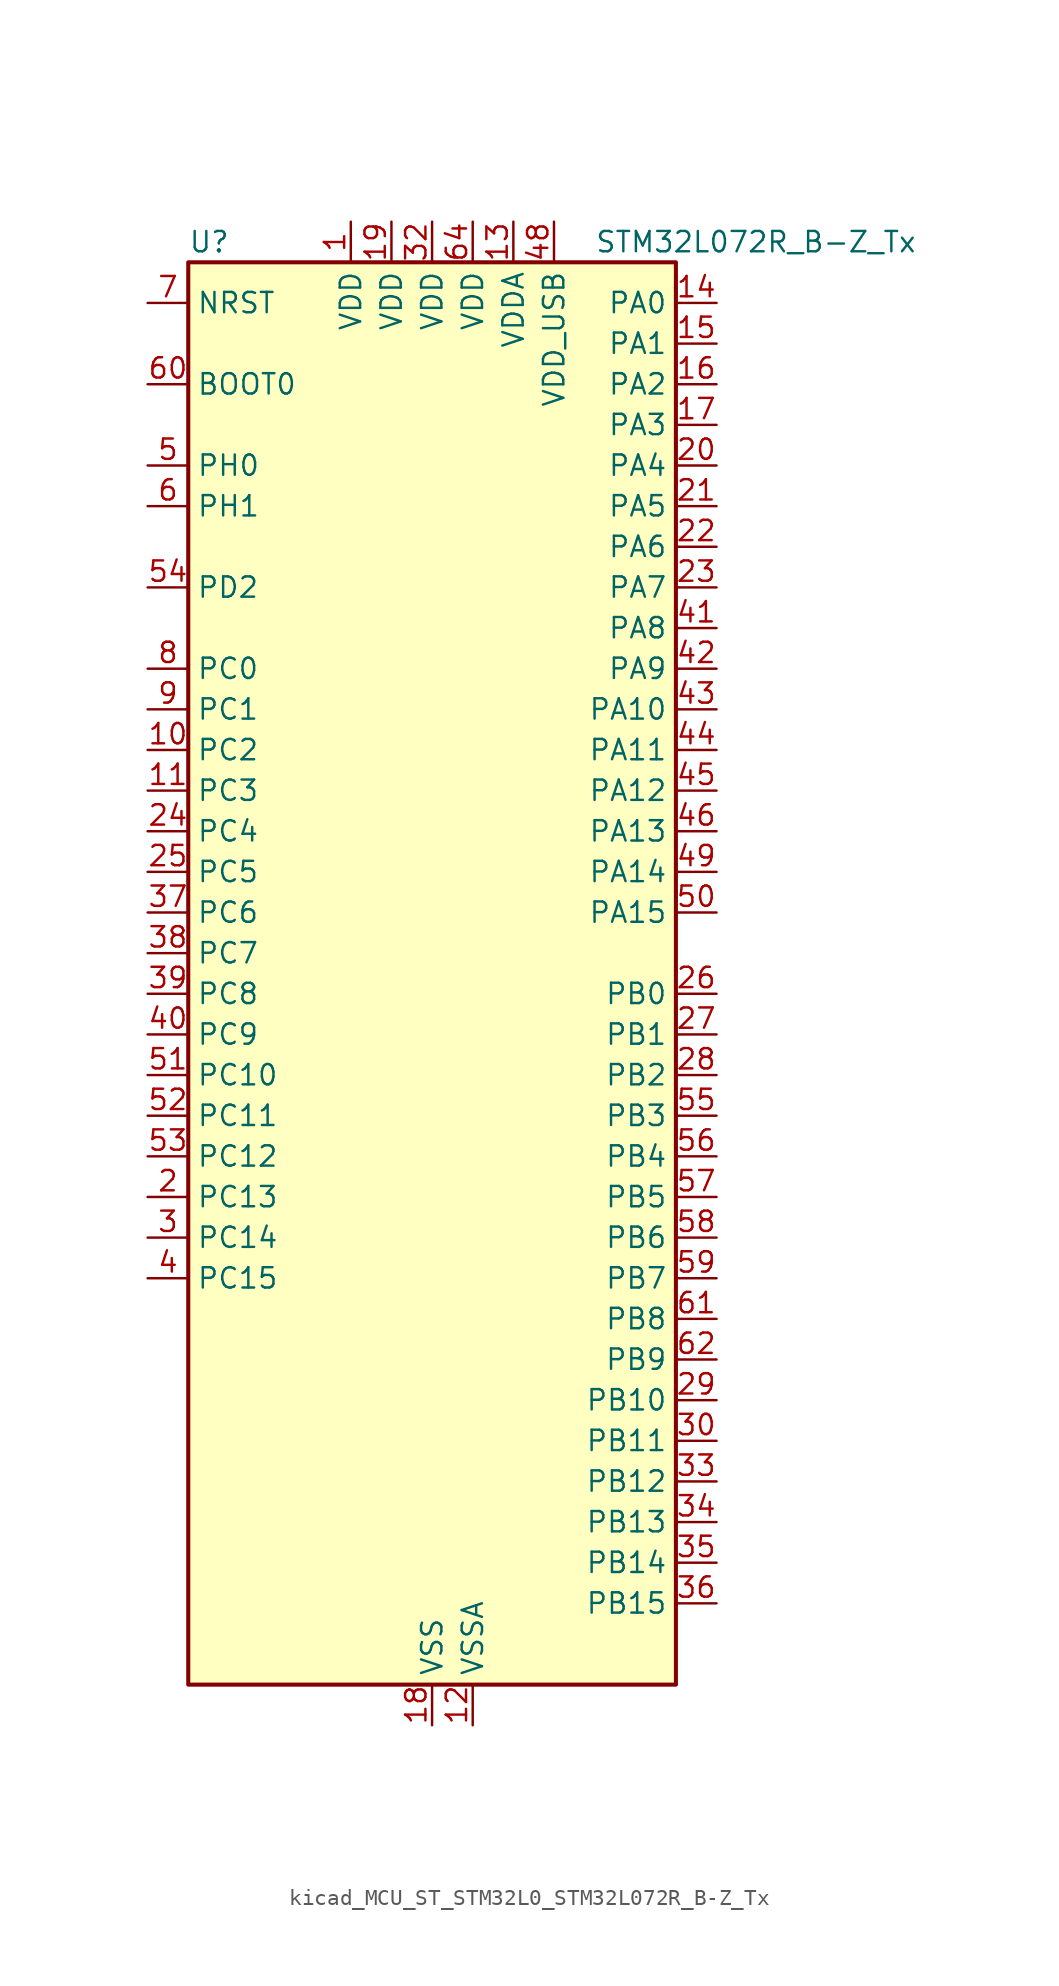
<source format=kicad_sym>
(kicad_symbol_lib
  (version 20220914)
  (generator kicad_symbol_editor)
  (symbol "kicad_MCU_ST_STM32L0_STM32L072R_B-Z_Tx"
    (property "Reference" "U"
      (at -15.24 46.99 0)
      (effects (font (size 1.27 1.27)) (justify left)))
    (property "Value" "STM32L072R_B-Z_Tx"
      (at 10.16 46.99 0)
      (effects (font (size 1.27 1.27)) (justify left)))
    (property "ki_locked" ""
      (at 0 0 0)
      (effects (font (size 1.27 1.27))))
    (symbol "kicad_MCU_ST_STM32L0_STM32L072R_B-Z_Tx_0_1"
      (rectangle (start -15.24 -43.18) (end 15.24 45.72) (stroke (width 0.254) (type default)) (fill (type background))))
    (symbol "kicad_MCU_ST_STM32L0_STM32L072R_B-Z_Tx_1_1"
      (pin power_in line (at -5.08 48.26 270) (length 2.54) (name "VDD" (effects (font (size 1.27 1.27)))) (number "1" (effects (font (size 1.27 1.27)))))
      (pin bidirectional line (at -17.78 15.24 0) (length 2.54) (name "PC2" (effects (font (size 1.27 1.27)))) (number "10" (effects (font (size 1.27 1.27)))) (alternate "ADC_IN12" bidirectional line) (alternate "I2S2_MCK" bidirectional line) (alternate "LPTIM1_IN2" bidirectional line) (alternate "SPI2_MISO" bidirectional line) (alternate "TSC_G7_IO3" bidirectional line))
      (pin bidirectional line (at -17.78 12.7 0) (length 2.54) (name "PC3" (effects (font (size 1.27 1.27)))) (number "11" (effects (font (size 1.27 1.27)))) (alternate "ADC_IN13" bidirectional line) (alternate "I2S2_SD" bidirectional line) (alternate "LPTIM1_ETR" bidirectional line) (alternate "SPI2_MOSI" bidirectional line) (alternate "TSC_G7_IO4" bidirectional line))
      (pin power_in line (at 2.54 -45.72 90) (length 2.54) (name "VSSA" (effects (font (size 1.27 1.27)))) (number "12" (effects (font (size 1.27 1.27)))))
      (pin power_in line (at 5.08 48.26 270) (length 2.54) (name "VDDA" (effects (font (size 1.27 1.27)))) (number "13" (effects (font (size 1.27 1.27)))))
      (pin bidirectional line (at 17.78 43.18 180) (length 2.54) (name "PA0" (effects (font (size 1.27 1.27)))) (number "14" (effects (font (size 1.27 1.27)))) (alternate "ADC_IN0" bidirectional line) (alternate "COMP1_INM" bidirectional line) (alternate "COMP1_OUT" bidirectional line) (alternate "RTC_TAMP2" bidirectional line) (alternate "SYS_WKUP1" bidirectional line) (alternate "TIM2_CH1" bidirectional line) (alternate "TIM2_ETR" bidirectional line) (alternate "TSC_G1_IO1" bidirectional line) (alternate "USART2_CTS" bidirectional line) (alternate "USART4_TX" bidirectional line))
      (pin bidirectional line (at 17.78 40.64 180) (length 2.54) (name "PA1" (effects (font (size 1.27 1.27)))) (number "15" (effects (font (size 1.27 1.27)))) (alternate "ADC_IN1" bidirectional line) (alternate "COMP1_INP" bidirectional line) (alternate "TIM21_ETR" bidirectional line) (alternate "TIM2_CH2" bidirectional line) (alternate "TSC_G1_IO2" bidirectional line) (alternate "USART2_DE" bidirectional line) (alternate "USART2_RTS" bidirectional line) (alternate "USART4_RX" bidirectional line))
      (pin bidirectional line (at 17.78 38.1 180) (length 2.54) (name "PA2" (effects (font (size 1.27 1.27)))) (number "16" (effects (font (size 1.27 1.27)))) (alternate "ADC_IN2" bidirectional line) (alternate "COMP2_INM" bidirectional line) (alternate "COMP2_OUT" bidirectional line) (alternate "LPUART1_TX" bidirectional line) (alternate "TIM21_CH1" bidirectional line) (alternate "TIM2_CH3" bidirectional line) (alternate "TSC_G1_IO3" bidirectional line) (alternate "USART2_TX" bidirectional line))
      (pin bidirectional line (at 17.78 35.56 180) (length 2.54) (name "PA3" (effects (font (size 1.27 1.27)))) (number "17" (effects (font (size 1.27 1.27)))) (alternate "ADC_IN3" bidirectional line) (alternate "COMP2_INP" bidirectional line) (alternate "LPUART1_RX" bidirectional line) (alternate "TIM21_CH2" bidirectional line) (alternate "TIM2_CH4" bidirectional line) (alternate "TSC_G1_IO4" bidirectional line) (alternate "USART2_RX" bidirectional line))
      (pin power_in line (at 0 -45.72 90) (length 2.54) (name "VSS" (effects (font (size 1.27 1.27)))) (number "18" (effects (font (size 1.27 1.27)))))
      (pin power_in line (at -2.54 48.26 270) (length 2.54) (name "VDD" (effects (font (size 1.27 1.27)))) (number "19" (effects (font (size 1.27 1.27)))))
      (pin bidirectional line (at -17.78 -12.7 0) (length 2.54) (name "PC13" (effects (font (size 1.27 1.27)))) (number "2" (effects (font (size 1.27 1.27)))) (alternate "RTC_OUT_ALARM" bidirectional line) (alternate "RTC_OUT_CALIB" bidirectional line) (alternate "RTC_TAMP1" bidirectional line) (alternate "RTC_TS" bidirectional line) (alternate "SYS_WKUP2" bidirectional line))
      (pin bidirectional line (at 17.78 33.02 180) (length 2.54) (name "PA4" (effects (font (size 1.27 1.27)))) (number "20" (effects (font (size 1.27 1.27)))) (alternate "ADC_IN4" bidirectional line) (alternate "COMP1_INM" bidirectional line) (alternate "COMP2_INM" bidirectional line) (alternate "DAC_OUT1" bidirectional line) (alternate "SPI1_NSS" bidirectional line) (alternate "TIM22_ETR" bidirectional line) (alternate "TSC_G2_IO1" bidirectional line) (alternate "USART2_CK" bidirectional line))
      (pin bidirectional line (at 17.78 30.48 180) (length 2.54) (name "PA5" (effects (font (size 1.27 1.27)))) (number "21" (effects (font (size 1.27 1.27)))) (alternate "ADC_IN5" bidirectional line) (alternate "COMP1_INM" bidirectional line) (alternate "COMP2_INM" bidirectional line) (alternate "DAC_OUT2" bidirectional line) (alternate "SPI1_SCK" bidirectional line) (alternate "TIM2_CH1" bidirectional line) (alternate "TIM2_ETR" bidirectional line) (alternate "TSC_G2_IO2" bidirectional line))
      (pin bidirectional line (at 17.78 27.94 180) (length 2.54) (name "PA6" (effects (font (size 1.27 1.27)))) (number "22" (effects (font (size 1.27 1.27)))) (alternate "ADC_IN6" bidirectional line) (alternate "COMP1_OUT" bidirectional line) (alternate "LPUART1_CTS" bidirectional line) (alternate "SPI1_MISO" bidirectional line) (alternate "TIM22_CH1" bidirectional line) (alternate "TIM3_CH1" bidirectional line) (alternate "TSC_G2_IO3" bidirectional line))
      (pin bidirectional line (at 17.78 25.4 180) (length 2.54) (name "PA7" (effects (font (size 1.27 1.27)))) (number "23" (effects (font (size 1.27 1.27)))) (alternate "ADC_IN7" bidirectional line) (alternate "COMP2_OUT" bidirectional line) (alternate "SPI1_MOSI" bidirectional line) (alternate "TIM22_CH2" bidirectional line) (alternate "TIM3_CH2" bidirectional line) (alternate "TSC_G2_IO4" bidirectional line))
      (pin bidirectional line (at -17.78 10.16 0) (length 2.54) (name "PC4" (effects (font (size 1.27 1.27)))) (number "24" (effects (font (size 1.27 1.27)))) (alternate "ADC_IN14" bidirectional line) (alternate "LPUART1_TX" bidirectional line))
      (pin bidirectional line (at -17.78 7.62 0) (length 2.54) (name "PC5" (effects (font (size 1.27 1.27)))) (number "25" (effects (font (size 1.27 1.27)))) (alternate "ADC_IN15" bidirectional line) (alternate "LPUART1_RX" bidirectional line) (alternate "TSC_G3_IO1" bidirectional line))
      (pin bidirectional line (at 17.78 0 180) (length 2.54) (name "PB0" (effects (font (size 1.27 1.27)))) (number "26" (effects (font (size 1.27 1.27)))) (alternate "ADC_IN8" bidirectional line) (alternate "SYS_VREF_OUT_PB0" bidirectional line) (alternate "TIM3_CH3" bidirectional line) (alternate "TSC_G3_IO2" bidirectional line))
      (pin bidirectional line (at 17.78 -2.54 180) (length 2.54) (name "PB1" (effects (font (size 1.27 1.27)))) (number "27" (effects (font (size 1.27 1.27)))) (alternate "ADC_IN9" bidirectional line) (alternate "LPUART1_DE" bidirectional line) (alternate "LPUART1_RTS" bidirectional line) (alternate "SYS_VREF_OUT_PB1" bidirectional line) (alternate "TIM3_CH4" bidirectional line) (alternate "TSC_G3_IO3" bidirectional line))
      (pin bidirectional line (at 17.78 -5.08 180) (length 2.54) (name "PB2" (effects (font (size 1.27 1.27)))) (number "28" (effects (font (size 1.27 1.27)))) (alternate "I2C3_SMBA" bidirectional line) (alternate "LPTIM1_OUT" bidirectional line) (alternate "TSC_G3_IO4" bidirectional line))
      (pin bidirectional line (at 17.78 -25.4 180) (length 2.54) (name "PB10" (effects (font (size 1.27 1.27)))) (number "29" (effects (font (size 1.27 1.27)))) (alternate "I2C2_SCL" bidirectional line) (alternate "LPUART1_RX" bidirectional line) (alternate "LPUART1_TX" bidirectional line) (alternate "SPI2_SCK" bidirectional line) (alternate "TIM2_CH3" bidirectional line) (alternate "TSC_SYNC" bidirectional line))
      (pin bidirectional line (at -17.78 -15.24 0) (length 2.54) (name "PC14" (effects (font (size 1.27 1.27)))) (number "3" (effects (font (size 1.27 1.27)))) (alternate "RCC_OSC32_IN" bidirectional line))
      (pin bidirectional line (at 17.78 -27.94 180) (length 2.54) (name "PB11" (effects (font (size 1.27 1.27)))) (number "30" (effects (font (size 1.27 1.27)))) (alternate "ADC_EXTI11" bidirectional line) (alternate "I2C2_SDA" bidirectional line) (alternate "LPUART1_RX" bidirectional line) (alternate "LPUART1_TX" bidirectional line) (alternate "TIM2_CH4" bidirectional line) (alternate "TSC_G6_IO1" bidirectional line))
      (pin passive line (at 0 -45.72 90) (length 2.54) hide (name "VSS" (effects (font (size 1.27 1.27)))) (number "31" (effects (font (size 1.27 1.27)))))
      (pin power_in line (at 0 48.26 270) (length 2.54) (name "VDD" (effects (font (size 1.27 1.27)))) (number "32" (effects (font (size 1.27 1.27)))))
      (pin bidirectional line (at 17.78 -30.48 180) (length 2.54) (name "PB12" (effects (font (size 1.27 1.27)))) (number "33" (effects (font (size 1.27 1.27)))) (alternate "I2S2_WS" bidirectional line) (alternate "LPUART1_DE" bidirectional line) (alternate "LPUART1_RTS" bidirectional line) (alternate "SPI2_NSS" bidirectional line) (alternate "TSC_G6_IO2" bidirectional line))
      (pin bidirectional line (at 17.78 -33.02 180) (length 2.54) (name "PB13" (effects (font (size 1.27 1.27)))) (number "34" (effects (font (size 1.27 1.27)))) (alternate "I2C2_SCL" bidirectional line) (alternate "I2S2_CK" bidirectional line) (alternate "LPUART1_CTS" bidirectional line) (alternate "RCC_MCO" bidirectional line) (alternate "SPI2_SCK" bidirectional line) (alternate "TIM21_CH1" bidirectional line) (alternate "TSC_G6_IO3" bidirectional line))
      (pin bidirectional line (at 17.78 -35.56 180) (length 2.54) (name "PB14" (effects (font (size 1.27 1.27)))) (number "35" (effects (font (size 1.27 1.27)))) (alternate "I2C2_SDA" bidirectional line) (alternate "I2S2_MCK" bidirectional line) (alternate "LPUART1_DE" bidirectional line) (alternate "LPUART1_RTS" bidirectional line) (alternate "RTC_OUT_ALARM" bidirectional line) (alternate "RTC_OUT_CALIB" bidirectional line) (alternate "SPI2_MISO" bidirectional line) (alternate "TIM21_CH2" bidirectional line) (alternate "TSC_G6_IO4" bidirectional line))
      (pin bidirectional line (at 17.78 -38.1 180) (length 2.54) (name "PB15" (effects (font (size 1.27 1.27)))) (number "36" (effects (font (size 1.27 1.27)))) (alternate "I2S2_SD" bidirectional line) (alternate "RTC_REFIN" bidirectional line) (alternate "SPI2_MOSI" bidirectional line))
      (pin bidirectional line (at -17.78 5.08 0) (length 2.54) (name "PC6" (effects (font (size 1.27 1.27)))) (number "37" (effects (font (size 1.27 1.27)))) (alternate "TIM22_CH1" bidirectional line) (alternate "TIM3_CH1" bidirectional line) (alternate "TSC_G8_IO1" bidirectional line))
      (pin bidirectional line (at -17.78 2.54 0) (length 2.54) (name "PC7" (effects (font (size 1.27 1.27)))) (number "38" (effects (font (size 1.27 1.27)))) (alternate "TIM22_CH2" bidirectional line) (alternate "TIM3_CH2" bidirectional line) (alternate "TSC_G8_IO2" bidirectional line))
      (pin bidirectional line (at -17.78 0 0) (length 2.54) (name "PC8" (effects (font (size 1.27 1.27)))) (number "39" (effects (font (size 1.27 1.27)))) (alternate "TIM22_ETR" bidirectional line) (alternate "TIM3_CH3" bidirectional line) (alternate "TSC_G8_IO3" bidirectional line))
      (pin bidirectional line (at -17.78 -17.78 0) (length 2.54) (name "PC15" (effects (font (size 1.27 1.27)))) (number "4" (effects (font (size 1.27 1.27)))) (alternate "RCC_OSC32_OUT" bidirectional line))
      (pin bidirectional line (at -17.78 -2.54 0) (length 2.54) (name "PC9" (effects (font (size 1.27 1.27)))) (number "40" (effects (font (size 1.27 1.27)))) (alternate "DAC_EXTI9" bidirectional line) (alternate "I2C3_SDA" bidirectional line) (alternate "TIM21_ETR" bidirectional line) (alternate "TIM3_CH4" bidirectional line) (alternate "TSC_G8_IO4" bidirectional line) (alternate "USB_NOE" bidirectional line))
      (pin bidirectional line (at 17.78 22.86 180) (length 2.54) (name "PA8" (effects (font (size 1.27 1.27)))) (number "41" (effects (font (size 1.27 1.27)))) (alternate "CRS_SYNC" bidirectional line) (alternate "I2C3_SCL" bidirectional line) (alternate "RCC_MCO" bidirectional line) (alternate "USART1_CK" bidirectional line))
      (pin bidirectional line (at 17.78 20.32 180) (length 2.54) (name "PA9" (effects (font (size 1.27 1.27)))) (number "42" (effects (font (size 1.27 1.27)))) (alternate "DAC_EXTI9" bidirectional line) (alternate "I2C1_SCL" bidirectional line) (alternate "I2C3_SMBA" bidirectional line) (alternate "RCC_MCO" bidirectional line) (alternate "TSC_G4_IO1" bidirectional line) (alternate "USART1_TX" bidirectional line))
      (pin bidirectional line (at 17.78 17.78 180) (length 2.54) (name "PA10" (effects (font (size 1.27 1.27)))) (number "43" (effects (font (size 1.27 1.27)))) (alternate "I2C1_SDA" bidirectional line) (alternate "TSC_G4_IO2" bidirectional line) (alternate "USART1_RX" bidirectional line))
      (pin bidirectional line (at 17.78 15.24 180) (length 2.54) (name "PA11" (effects (font (size 1.27 1.27)))) (number "44" (effects (font (size 1.27 1.27)))) (alternate "ADC_EXTI11" bidirectional line) (alternate "COMP1_OUT" bidirectional line) (alternate "SPI1_MISO" bidirectional line) (alternate "TSC_G4_IO3" bidirectional line) (alternate "USART1_CTS" bidirectional line) (alternate "USB_DM" bidirectional line))
      (pin bidirectional line (at 17.78 12.7 180) (length 2.54) (name "PA12" (effects (font (size 1.27 1.27)))) (number "45" (effects (font (size 1.27 1.27)))) (alternate "COMP2_OUT" bidirectional line) (alternate "SPI1_MOSI" bidirectional line) (alternate "TSC_G4_IO4" bidirectional line) (alternate "USART1_DE" bidirectional line) (alternate "USART1_RTS" bidirectional line) (alternate "USB_DP" bidirectional line))
      (pin bidirectional line (at 17.78 10.16 180) (length 2.54) (name "PA13" (effects (font (size 1.27 1.27)))) (number "46" (effects (font (size 1.27 1.27)))) (alternate "LPUART1_RX" bidirectional line) (alternate "SYS_SWDIO" bidirectional line) (alternate "USB_NOE" bidirectional line))
      (pin passive line (at 0 -45.72 90) (length 2.54) hide (name "VSS" (effects (font (size 1.27 1.27)))) (number "47" (effects (font (size 1.27 1.27)))))
      (pin power_in line (at 7.62 48.26 270) (length 2.54) (name "VDD_USB" (effects (font (size 1.27 1.27)))) (number "48" (effects (font (size 1.27 1.27)))))
      (pin bidirectional line (at 17.78 7.62 180) (length 2.54) (name "PA14" (effects (font (size 1.27 1.27)))) (number "49" (effects (font (size 1.27 1.27)))) (alternate "LPUART1_TX" bidirectional line) (alternate "SYS_SWCLK" bidirectional line) (alternate "USART2_TX" bidirectional line))
      (pin bidirectional line (at -17.78 33.02 0) (length 2.54) (name "PH0" (effects (font (size 1.27 1.27)))) (number "5" (effects (font (size 1.27 1.27)))) (alternate "CRS_SYNC" bidirectional line) (alternate "RCC_OSC_IN" bidirectional line))
      (pin bidirectional line (at 17.78 5.08 180) (length 2.54) (name "PA15" (effects (font (size 1.27 1.27)))) (number "50" (effects (font (size 1.27 1.27)))) (alternate "SPI1_NSS" bidirectional line) (alternate "TIM2_CH1" bidirectional line) (alternate "TIM2_ETR" bidirectional line) (alternate "USART2_RX" bidirectional line) (alternate "USART4_DE" bidirectional line) (alternate "USART4_RTS" bidirectional line))
      (pin bidirectional line (at -17.78 -5.08 0) (length 2.54) (name "PC10" (effects (font (size 1.27 1.27)))) (number "51" (effects (font (size 1.27 1.27)))) (alternate "LPUART1_TX" bidirectional line) (alternate "USART4_TX" bidirectional line))
      (pin bidirectional line (at -17.78 -7.62 0) (length 2.54) (name "PC11" (effects (font (size 1.27 1.27)))) (number "52" (effects (font (size 1.27 1.27)))) (alternate "ADC_EXTI11" bidirectional line) (alternate "LPUART1_RX" bidirectional line) (alternate "USART4_RX" bidirectional line))
      (pin bidirectional line (at -17.78 -10.16 0) (length 2.54) (name "PC12" (effects (font (size 1.27 1.27)))) (number "53" (effects (font (size 1.27 1.27)))) (alternate "USART4_CK" bidirectional line) (alternate "USART5_TX" bidirectional line))
      (pin bidirectional line (at -17.78 25.4 0) (length 2.54) (name "PD2" (effects (font (size 1.27 1.27)))) (number "54" (effects (font (size 1.27 1.27)))) (alternate "LPUART1_DE" bidirectional line) (alternate "LPUART1_RTS" bidirectional line) (alternate "TIM3_ETR" bidirectional line) (alternate "USART5_RX" bidirectional line))
      (pin bidirectional line (at 17.78 -7.62 180) (length 2.54) (name "PB3" (effects (font (size 1.27 1.27)))) (number "55" (effects (font (size 1.27 1.27)))) (alternate "COMP2_INM" bidirectional line) (alternate "SPI1_SCK" bidirectional line) (alternate "TIM2_CH2" bidirectional line) (alternate "TSC_G5_IO1" bidirectional line) (alternate "USART1_DE" bidirectional line) (alternate "USART1_RTS" bidirectional line) (alternate "USART5_TX" bidirectional line))
      (pin bidirectional line (at 17.78 -10.16 180) (length 2.54) (name "PB4" (effects (font (size 1.27 1.27)))) (number "56" (effects (font (size 1.27 1.27)))) (alternate "COMP2_INP" bidirectional line) (alternate "I2C3_SDA" bidirectional line) (alternate "SPI1_MISO" bidirectional line) (alternate "TIM22_CH1" bidirectional line) (alternate "TIM3_CH1" bidirectional line) (alternate "TSC_G5_IO2" bidirectional line) (alternate "USART1_CTS" bidirectional line) (alternate "USART5_RX" bidirectional line))
      (pin bidirectional line (at 17.78 -12.7 180) (length 2.54) (name "PB5" (effects (font (size 1.27 1.27)))) (number "57" (effects (font (size 1.27 1.27)))) (alternate "COMP2_INP" bidirectional line) (alternate "I2C1_SMBA" bidirectional line) (alternate "LPTIM1_IN1" bidirectional line) (alternate "SPI1_MOSI" bidirectional line) (alternate "TIM22_CH2" bidirectional line) (alternate "TIM3_CH2" bidirectional line) (alternate "USART1_CK" bidirectional line) (alternate "USART5_CK" bidirectional line) (alternate "USART5_DE" bidirectional line) (alternate "USART5_RTS" bidirectional line))
      (pin bidirectional line (at 17.78 -15.24 180) (length 2.54) (name "PB6" (effects (font (size 1.27 1.27)))) (number "58" (effects (font (size 1.27 1.27)))) (alternate "COMP2_INP" bidirectional line) (alternate "I2C1_SCL" bidirectional line) (alternate "LPTIM1_ETR" bidirectional line) (alternate "TSC_G5_IO3" bidirectional line) (alternate "USART1_TX" bidirectional line))
      (pin bidirectional line (at 17.78 -17.78 180) (length 2.54) (name "PB7" (effects (font (size 1.27 1.27)))) (number "59" (effects (font (size 1.27 1.27)))) (alternate "COMP2_INP" bidirectional line) (alternate "I2C1_SDA" bidirectional line) (alternate "LPTIM1_IN2" bidirectional line) (alternate "SYS_PVD_IN" bidirectional line) (alternate "TSC_G5_IO4" bidirectional line) (alternate "USART1_RX" bidirectional line) (alternate "USART4_CTS" bidirectional line))
      (pin bidirectional line (at -17.78 30.48 0) (length 2.54) (name "PH1" (effects (font (size 1.27 1.27)))) (number "6" (effects (font (size 1.27 1.27)))) (alternate "RCC_OSC_OUT" bidirectional line))
      (pin input line (at -17.78 38.1 0) (length 2.54) (name "BOOT0" (effects (font (size 1.27 1.27)))) (number "60" (effects (font (size 1.27 1.27)))))
      (pin bidirectional line (at 17.78 -20.32 180) (length 2.54) (name "PB8" (effects (font (size 1.27 1.27)))) (number "61" (effects (font (size 1.27 1.27)))) (alternate "I2C1_SCL" bidirectional line) (alternate "TSC_SYNC" bidirectional line))
      (pin bidirectional line (at 17.78 -22.86 180) (length 2.54) (name "PB9" (effects (font (size 1.27 1.27)))) (number "62" (effects (font (size 1.27 1.27)))) (alternate "DAC_EXTI9" bidirectional line) (alternate "I2C1_SDA" bidirectional line) (alternate "I2S2_WS" bidirectional line) (alternate "SPI2_NSS" bidirectional line))
      (pin passive line (at 0 -45.72 90) (length 2.54) hide (name "VSS" (effects (font (size 1.27 1.27)))) (number "63" (effects (font (size 1.27 1.27)))))
      (pin power_in line (at 2.54 48.26 270) (length 2.54) (name "VDD" (effects (font (size 1.27 1.27)))) (number "64" (effects (font (size 1.27 1.27)))))
      (pin input line (at -17.78 43.18 0) (length 2.54) (name "NRST" (effects (font (size 1.27 1.27)))) (number "7" (effects (font (size 1.27 1.27)))))
      (pin bidirectional line (at -17.78 20.32 0) (length 2.54) (name "PC0" (effects (font (size 1.27 1.27)))) (number "8" (effects (font (size 1.27 1.27)))) (alternate "ADC_IN10" bidirectional line) (alternate "I2C3_SCL" bidirectional line) (alternate "LPTIM1_IN1" bidirectional line) (alternate "LPUART1_RX" bidirectional line) (alternate "TSC_G7_IO1" bidirectional line))
      (pin bidirectional line (at -17.78 17.78 0) (length 2.54) (name "PC1" (effects (font (size 1.27 1.27)))) (number "9" (effects (font (size 1.27 1.27)))) (alternate "ADC_IN11" bidirectional line) (alternate "I2C3_SDA" bidirectional line) (alternate "LPTIM1_OUT" bidirectional line) (alternate "LPUART1_TX" bidirectional line) (alternate "TSC_G7_IO2" bidirectional line)))))
</source>
